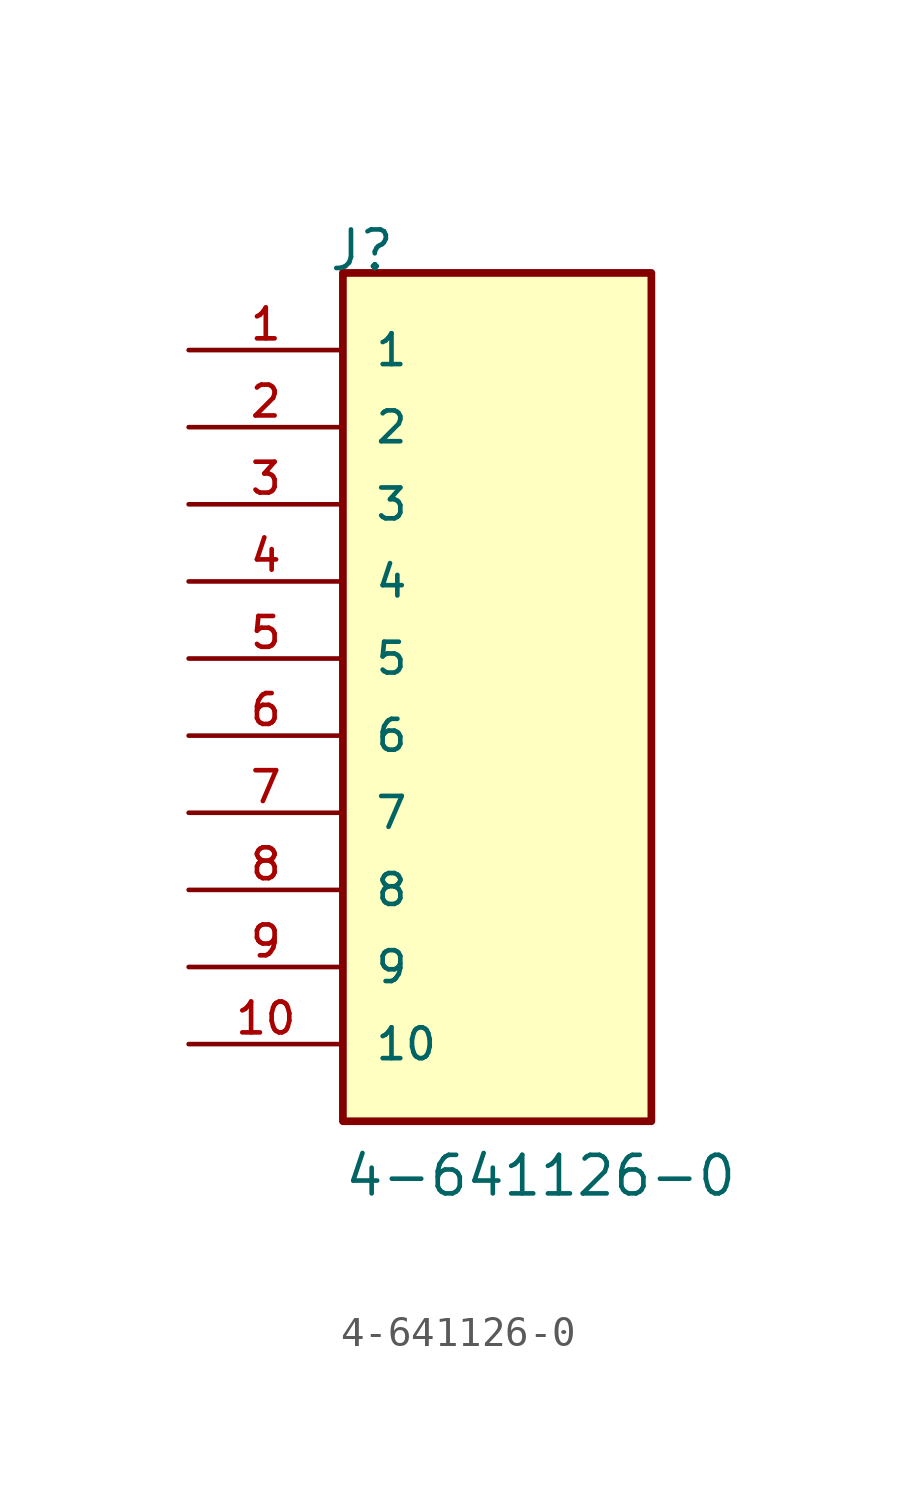
<source format=kicad_sym>
(kicad_symbol_lib
  (version 20211014)
  (generator kicad_symbol_editor)
  (symbol "4-641126-0"
    (pin_names
      (offset 1.016))
    (property "Reference" "J"
      (at -5.58 15.24 0)
      (effects (font (size 1.27 1.27)) (justify bottom left)))
    (property "Value" "4-641126-0"
      (at -5.08 -15.24 0)
      (effects (font (size 1.27 1.27)) (justify bottom left)))
    (symbol "4-641126-0_0_0"
      (rectangle (start -5.08 -12.7) (end 5.08 15.24) (stroke (width 0.254)) (fill (type background)))
      (pin passive line (at -10.16 12.7 0) (length 5.08) (name "1" (effects (font (size 1.016 1.016)))) (number "1" (effects (font (size 1.016 1.016)))))
      (pin passive line (at -10.16 10.16 0) (length 5.08) (name "2" (effects (font (size 1.016 1.016)))) (number "2" (effects (font (size 1.016 1.016)))))
      (pin passive line (at -10.16 7.62 0) (length 5.08) (name "3" (effects (font (size 1.016 1.016)))) (number "3" (effects (font (size 1.016 1.016)))))
      (pin passive line (at -10.16 5.08 0) (length 5.08) (name "4" (effects (font (size 1.016 1.016)))) (number "4" (effects (font (size 1.016 1.016)))))
      (pin passive line (at -10.16 2.54 0) (length 5.08) (name "5" (effects (font (size 1.016 1.016)))) (number "5" (effects (font (size 1.016 1.016)))))
      (pin passive line (at -10.16 0.0 0) (length 5.08) (name "6" (effects (font (size 1.016 1.016)))) (number "6" (effects (font (size 1.016 1.016)))))
      (pin passive line (at -10.16 -2.54 0) (length 5.08) (name "7" (effects (font (size 1.016 1.016)))) (number "7" (effects (font (size 1.016 1.016)))))
      (pin passive line (at -10.16 -5.08 0) (length 5.08) (name "8" (effects (font (size 1.016 1.016)))) (number "8" (effects (font (size 1.016 1.016)))))
      (pin passive line (at -10.16 -7.62 0) (length 5.08) (name "9" (effects (font (size 1.016 1.016)))) (number "9" (effects (font (size 1.016 1.016)))))
      (pin passive line (at -10.16 -10.16 0) (length 5.08) (name "10" (effects (font (size 1.016 1.016)))) (number "10" (effects (font (size 1.016 1.016))))))))
</source>
